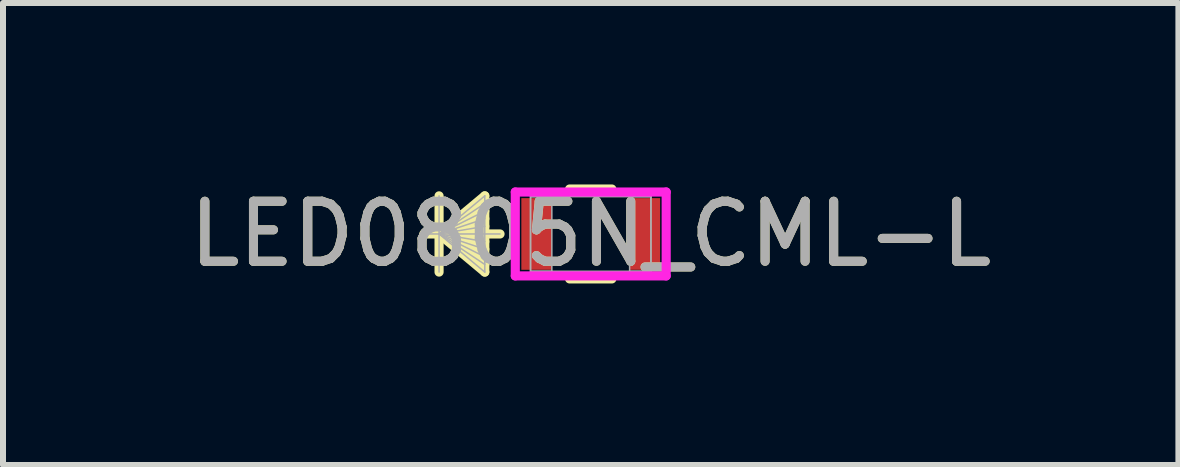
<source format=kicad_pcb>
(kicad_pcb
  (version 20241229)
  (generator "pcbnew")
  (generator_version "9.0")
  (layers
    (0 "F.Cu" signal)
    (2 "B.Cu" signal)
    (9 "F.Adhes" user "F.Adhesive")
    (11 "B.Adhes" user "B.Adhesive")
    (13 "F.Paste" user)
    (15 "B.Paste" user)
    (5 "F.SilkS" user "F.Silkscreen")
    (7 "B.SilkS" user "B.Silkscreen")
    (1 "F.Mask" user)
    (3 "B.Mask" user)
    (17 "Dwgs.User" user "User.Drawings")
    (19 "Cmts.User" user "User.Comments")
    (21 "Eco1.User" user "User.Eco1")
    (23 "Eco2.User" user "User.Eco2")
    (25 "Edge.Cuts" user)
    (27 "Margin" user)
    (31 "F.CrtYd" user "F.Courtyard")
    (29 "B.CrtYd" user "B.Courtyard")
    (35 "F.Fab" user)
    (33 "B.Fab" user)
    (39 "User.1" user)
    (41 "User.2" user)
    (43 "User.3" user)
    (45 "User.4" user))
  (footprint "LED0805N_CML-L"
    (layer "F.Cu")
    (at 6.792 0.848)
    (property "Reference" "LED0805N_CML-L" (at 0 0 0) (unlocked yes) (layer "F.SilkS") (effects (font (size 1 1) (thickness 0.15))))
    (attr smd)
    (fp_line (start -2.527 -0.635) (end -2.527 0.635) (stroke (width 0.152) (type solid)) (layer "F.SilkS"))
    (fp_line (start -2.527 0) (end -1.765 -0.635) (stroke (width 0.152) (type solid)) (layer "F.SilkS"))
    (fp_line (start -2.527 0) (end -1.765 -0.508) (stroke (width 0.152) (type solid)) (layer "F.SilkS"))
    (fp_line (start -2.527 0) (end -1.765 -0.381) (stroke (width 0.152) (type solid)) (layer "F.SilkS"))
    (fp_line (start -2.527 0) (end -1.765 -0.254) (stroke (width 0.152) (type solid)) (layer "F.SilkS"))
    (fp_line (start -2.527 0) (end -1.765 -0.127) (stroke (width 0.152) (type solid)) (layer "F.SilkS"))
    (fp_line (start -2.527 0) (end -1.765 0.127) (stroke (width 0.152) (type solid)) (layer "F.SilkS"))
    (fp_line (start -2.527 0) (end -1.765 0.254) (stroke (width 0.152) (type solid)) (layer "F.SilkS"))
    (fp_line (start -2.527 0) (end -1.765 0.381) (stroke (width 0.152) (type solid)) (layer "F.SilkS"))
    (fp_line (start -2.527 0) (end -1.765 0.508) (stroke (width 0.152) (type solid)) (layer "F.SilkS"))
    (fp_line (start -2.527 0) (end -1.765 0.635) (stroke (width 0.152) (type solid)) (layer "F.SilkS"))
    (fp_line (start -1.765 -0.635) (end -1.765 0.635) (stroke (width 0.152) (type solid)) (layer "F.SilkS"))
    (fp_line (start -1.511 0) (end -2.781 0) (stroke (width 0.152) (type solid)) (layer "F.SilkS"))
    (fp_line (start -0.352 0.749) (end 0.352 0.749) (stroke (width 0.152) (type solid)) (layer "F.SilkS"))
    (fp_line (start 0.352 -0.749) (end -0.352 -0.749) (stroke (width 0.152) (type solid)) (layer "F.SilkS"))
    (fp_line (start -1.257 -0.699) (end 1.257 -0.699) (stroke (width 0.152) (type solid)) (layer "F.CrtYd"))
    (fp_line (start -1.257 0.699) (end -1.257 -0.699) (stroke (width 0.152) (type solid)) (layer "F.CrtYd"))
    (fp_line (start 1.257 -0.699) (end 1.257 0.699) (stroke (width 0.152) (type solid)) (layer "F.CrtYd"))
    (fp_line (start 1.257 0.699) (end -1.257 0.699) (stroke (width 0.152) (type solid)) (layer "F.CrtYd"))
    (fp_line (start -2.527 -0.635) (end -2.527 0.635) (stroke (width 0.025) (type solid)) (layer "F.Fab"))
    (fp_line (start -2.527 0) (end -1.765 -0.635) (stroke (width 0.025) (type solid)) (layer "F.Fab"))
    (fp_line (start -2.527 0) (end -1.765 -0.508) (stroke (width 0.025) (type solid)) (layer "F.Fab"))
    (fp_line (start -2.527 0) (end -1.765 -0.381) (stroke (width 0.025) (type solid)) (layer "F.Fab"))
    (fp_line (start -2.527 0) (end -1.765 -0.254) (stroke (width 0.025) (type solid)) (layer "F.Fab"))
    (fp_line (start -2.527 0) (end -1.765 -0.127) (stroke (width 0.025) (type solid)) (layer "F.Fab"))
    (fp_line (start -2.527 0) (end -1.765 0.127) (stroke (width 0.025) (type solid)) (layer "F.Fab"))
    (fp_line (start -2.527 0) (end -1.765 0.254) (stroke (width 0.025) (type solid)) (layer "F.Fab"))
    (fp_line (start -2.527 0) (end -1.765 0.381) (stroke (width 0.025) (type solid)) (layer "F.Fab"))
    (fp_line (start -2.527 0) (end -1.765 0.508) (stroke (width 0.025) (type solid)) (layer "F.Fab"))
    (fp_line (start -2.527 0) (end -1.765 0.635) (stroke (width 0.025) (type solid)) (layer "F.Fab"))
    (fp_line (start -1.765 -0.635) (end -1.765 0.635) (stroke (width 0.025) (type solid)) (layer "F.Fab"))
    (fp_line (start -1.511 0) (end -2.781 0) (stroke (width 0.025) (type solid)) (layer "F.Fab"))
    (fp_line (start -1.003 -0.622) (end -1.003 0.622) (stroke (width 0.025) (type solid)) (layer "F.Fab"))
    (fp_line (start -1.003 -0.622) (end -1.003 0.622) (stroke (width 0.025) (type solid)) (layer "F.Fab"))
    (fp_line (start -1.003 0.622) (end -0.648 0.622) (stroke (width 0.025) (type solid)) (layer "F.Fab"))
    (fp_line (start -1.003 0.622) (end 1.003 0.622) (stroke (width 0.025) (type solid)) (layer "F.Fab"))
    (fp_line (start -0.648 -0.622) (end -1.003 -0.622) (stroke (width 0.025) (type solid)) (layer "F.Fab"))
    (fp_line (start -0.648 0.622) (end -0.648 -0.622) (stroke (width 0.025) (type solid)) (layer "F.Fab"))
    (fp_line (start 0.648 -0.622) (end 0.648 0.622) (stroke (width 0.025) (type solid)) (layer "F.Fab"))
    (fp_line (start 0.648 0.622) (end 1.003 0.622) (stroke (width 0.025) (type solid)) (layer "F.Fab"))
    (fp_line (start 1.003 -0.622) (end -1.003 -0.622) (stroke (width 0.025) (type solid)) (layer "F.Fab"))
    (fp_line (start 1.003 -0.622) (end 0.648 -0.622) (stroke (width 0.025) (type solid)) (layer "F.Fab"))
    (fp_line (start 1.003 0.622) (end 1.003 -0.622) (stroke (width 0.025) (type solid)) (layer "F.Fab"))
    (fp_line (start 1.003 0.622) (end 1.003 -0.622) (stroke (width 0.025) (type solid)) (layer "F.Fab"))
    (fp_text user "${REFERENCE}" (at 0 0 0) (unlocked yes) (layer "F.Fab") (effects (font (size 1 1) (thickness 0.15))))
    (pad "1" smd rect (at -0.902 0) (size 0.508 1.194) (layers "F.Cu" "F.Mask" "F.Paste"))
    (pad "2" smd rect (at 0.902 0) (size 0.508 1.194) (layers "F.Cu" "F.Mask" "F.Paste"))
    (zone (net_name "") (layer "F.Cu") (hatch full 0.508) (connect_pads) (min_thickness 0.254) (filled_areas_thickness no) (keepout (tracks not_allowed) (vias not_allowed) (pads allowed) (copperpour not_allowed) (footprints allowed)) (placement (enabled no)) (fill) (polygon (pts (xy 6.195 0.277) (xy 7.389 0.277) (xy 7.389 1.42) (xy 6.195 1.42)))))
  (gr_rect
    (start -3 -3)
    (end 16.583 4.697)
    (stroke (width 0.1) (type default))
    (fill no)
    (layer "Edge.Cuts")))
</source>
